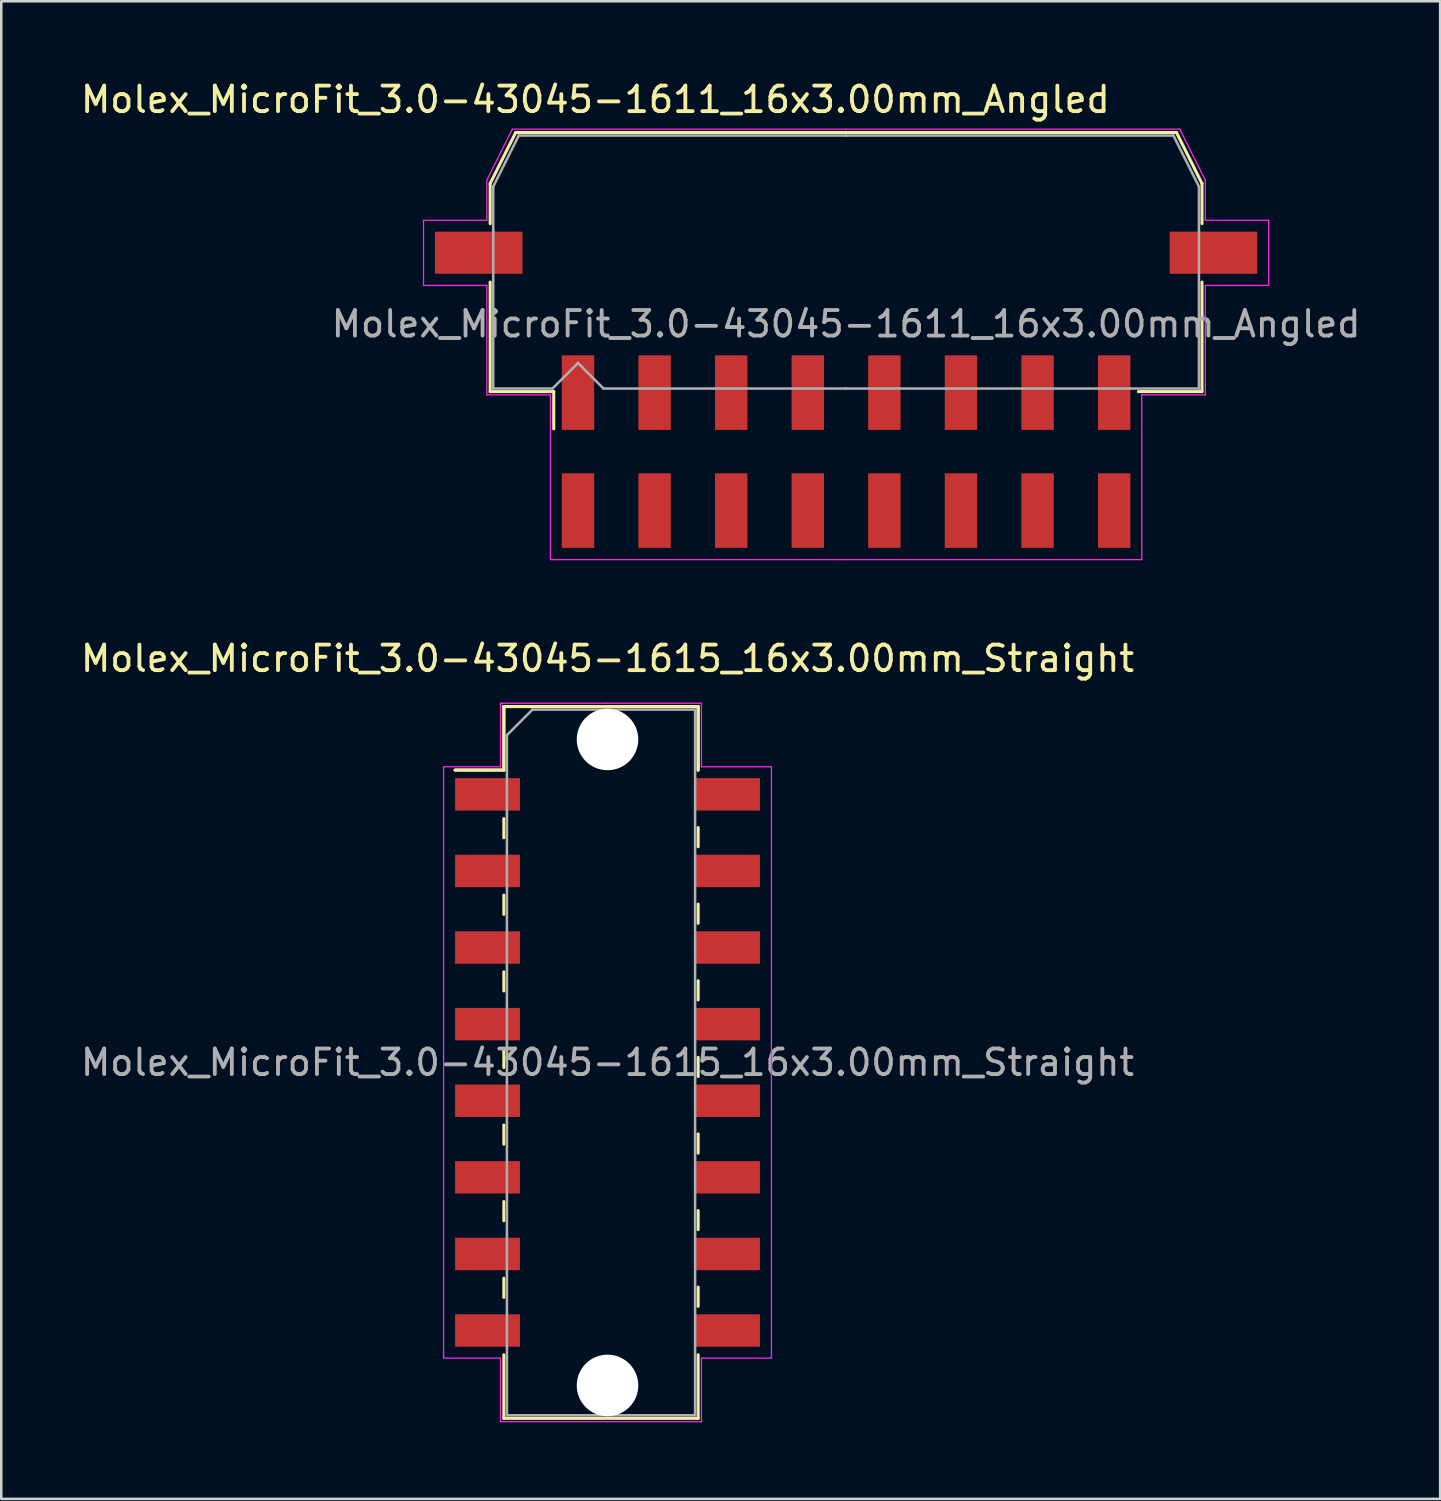
<source format=kicad_pcb>
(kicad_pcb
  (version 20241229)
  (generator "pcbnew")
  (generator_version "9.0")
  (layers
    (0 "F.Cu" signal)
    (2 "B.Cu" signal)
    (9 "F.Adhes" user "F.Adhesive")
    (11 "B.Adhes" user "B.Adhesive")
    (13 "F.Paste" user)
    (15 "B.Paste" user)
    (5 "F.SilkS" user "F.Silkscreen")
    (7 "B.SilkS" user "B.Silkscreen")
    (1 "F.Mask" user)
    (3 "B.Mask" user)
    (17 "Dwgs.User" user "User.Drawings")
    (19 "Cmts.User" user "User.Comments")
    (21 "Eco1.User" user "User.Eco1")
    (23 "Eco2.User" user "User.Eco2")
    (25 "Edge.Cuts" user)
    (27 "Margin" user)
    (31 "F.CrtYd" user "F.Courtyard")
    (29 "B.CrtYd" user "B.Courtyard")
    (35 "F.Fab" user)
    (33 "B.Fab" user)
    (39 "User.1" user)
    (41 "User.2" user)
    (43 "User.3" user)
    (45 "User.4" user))
  (footprint "Molex_MicroFit_3.0-43045-1611_16x3.00mm_Angled"
    (layer "F.Cu")
    (at 30.088 14.638)
    (property "Reference" "Molex_MicroFit_3.0-43045-1611_16x3.00mm_Angled" (at -9.82 -13.79 0) (layer "F.SilkS") (effects (font (size 1 1) (thickness 0.15))))
    (attr smd)
    (fp_line (start -13.94 -10.5) (end -13.94 -8.93) (stroke (width 0.12) (type solid)) (layer "F.SilkS"))
    (fp_line (start -13.94 -6.64) (end -13.94 -2.35) (stroke (width 0.12) (type solid)) (layer "F.SilkS"))
    (fp_line (start -13.94 -2.35) (end -11.45 -2.35) (stroke (width 0.12) (type solid)) (layer "F.SilkS"))
    (fp_line (start -12.94 -12.5) (end -13.94 -10.5) (stroke (width 0.12) (type solid)) (layer "F.SilkS"))
    (fp_line (start -11.45 -2.35) (end -11.45 -0.89) (stroke (width 0.12) (type solid)) (layer "F.SilkS"))
    (fp_line (start 0 -12.5) (end -12.94 -12.5) (stroke (width 0.12) (type solid)) (layer "F.SilkS"))
    (fp_line (start 0 -12.5) (end 12.94 -12.5) (stroke (width 0.12) (type solid)) (layer "F.SilkS"))
    (fp_line (start 12.94 -12.5) (end 13.94 -10.5) (stroke (width 0.12) (type solid)) (layer "F.SilkS"))
    (fp_line (start 13.94 -10.5) (end 13.94 -8.93) (stroke (width 0.12) (type solid)) (layer "F.SilkS"))
    (fp_line (start 13.94 -6.64) (end 13.94 -2.35) (stroke (width 0.12) (type solid)) (layer "F.SilkS"))
    (fp_line (start 13.94 -2.35) (end 11.45 -2.35) (stroke (width 0.12) (type solid)) (layer "F.SilkS"))
    (fp_line (start -16.55 -9.06) (end -16.55 -6.51) (stroke (width 0.05) (type solid)) (layer "F.CrtYd"))
    (fp_line (start -16.55 -6.51) (end -14.07 -6.51) (stroke (width 0.05) (type solid)) (layer "F.CrtYd"))
    (fp_line (start -14.07 -10.63) (end -14.07 -9.06) (stroke (width 0.05) (type solid)) (layer "F.CrtYd"))
    (fp_line (start -14.07 -9.06) (end -16.55 -9.06) (stroke (width 0.05) (type solid)) (layer "F.CrtYd"))
    (fp_line (start -14.07 -6.51) (end -14.07 -2.22) (stroke (width 0.05) (type solid)) (layer "F.CrtYd"))
    (fp_line (start -14.07 -2.22) (end -11.58 -2.22) (stroke (width 0.05) (type solid)) (layer "F.CrtYd"))
    (fp_line (start -13.07 -12.63) (end -14.07 -10.63) (stroke (width 0.05) (type solid)) (layer "F.CrtYd"))
    (fp_line (start -11.58 -2.22) (end -11.58 4.23) (stroke (width 0.05) (type solid)) (layer "F.CrtYd"))
    (fp_line (start -11.58 4.23) (end 0 4.23) (stroke (width 0.05) (type solid)) (layer "F.CrtYd"))
    (fp_line (start 0 -12.63) (end -13.07 -12.63) (stroke (width 0.05) (type solid)) (layer "F.CrtYd"))
    (fp_line (start 0 -12.63) (end 13.07 -12.63) (stroke (width 0.05) (type solid)) (layer "F.CrtYd"))
    (fp_line (start 11.58 -2.22) (end 11.58 4.23) (stroke (width 0.05) (type solid)) (layer "F.CrtYd"))
    (fp_line (start 11.58 4.23) (end 0 4.23) (stroke (width 0.05) (type solid)) (layer "F.CrtYd"))
    (fp_line (start 13.07 -12.63) (end 14.07 -10.63) (stroke (width 0.05) (type solid)) (layer "F.CrtYd"))
    (fp_line (start 14.07 -10.63) (end 14.07 -9.06) (stroke (width 0.05) (type solid)) (layer "F.CrtYd"))
    (fp_line (start 14.07 -9.06) (end 16.55 -9.06) (stroke (width 0.05) (type solid)) (layer "F.CrtYd"))
    (fp_line (start 14.07 -6.51) (end 14.07 -2.22) (stroke (width 0.05) (type solid)) (layer "F.CrtYd"))
    (fp_line (start 14.07 -2.22) (end 11.58 -2.22) (stroke (width 0.05) (type solid)) (layer "F.CrtYd"))
    (fp_line (start 16.55 -9.06) (end 16.55 -6.51) (stroke (width 0.05) (type solid)) (layer "F.CrtYd"))
    (fp_line (start 16.55 -6.51) (end 14.07 -6.51) (stroke (width 0.05) (type solid)) (layer "F.CrtYd"))
    (fp_line (start -13.82 -10.38) (end -13.82 -8.61) (stroke (width 0.1) (type solid)) (layer "F.Fab"))
    (fp_line (start -13.82 -8.61) (end -13.82 -2.47) (stroke (width 0.1) (type solid)) (layer "F.Fab"))
    (fp_line (start -13.82 -2.47) (end -11.5 -2.47) (stroke (width 0.1) (type solid)) (layer "F.Fab"))
    (fp_line (start -12.82 -12.38) (end -13.82 -10.38) (stroke (width 0.1) (type solid)) (layer "F.Fab"))
    (fp_line (start -11.5 -2.47) (end -10.5 -3.47) (stroke (width 0.1) (type solid)) (layer "F.Fab"))
    (fp_line (start -10.5 -3.47) (end -9.5 -2.47) (stroke (width 0.1) (type solid)) (layer "F.Fab"))
    (fp_line (start -9.5 -2.47) (end 0 -2.47) (stroke (width 0.1) (type solid)) (layer "F.Fab"))
    (fp_line (start 0 -12.38) (end -12.82 -12.38) (stroke (width 0.1) (type solid)) (layer "F.Fab"))
    (fp_line (start 0 -12.38) (end 12.82 -12.38) (stroke (width 0.1) (type solid)) (layer "F.Fab"))
    (fp_line (start 11.13 -2.47) (end 0 -2.47) (stroke (width 0.1) (type solid)) (layer "F.Fab"))
    (fp_line (start 12.82 -12.38) (end 13.82 -10.38) (stroke (width 0.1) (type solid)) (layer "F.Fab"))
    (fp_line (start 13.82 -10.38) (end 13.82 -8.61) (stroke (width 0.1) (type solid)) (layer "F.Fab"))
    (fp_line (start 13.82 -8.61) (end 13.82 -2.47) (stroke (width 0.1) (type solid)) (layer "F.Fab"))
    (fp_line (start 13.82 -2.47) (end 11.13 -2.47) (stroke (width 0.1) (type solid)) (layer "F.Fab"))
    (fp_text user "${REFERENCE}" (at 0 -5 0) (layer "F.Fab") (effects (font (size 1 1) (thickness 0.15))))
    (pad "" smd rect (at -14.39 -7.79) (size 3.43 1.65) (layers "F.Cu" "F.Mask" "F.Paste"))
    (pad "" smd rect (at 14.39 -7.79) (size 3.43 1.65) (layers "F.Cu" "F.Mask" "F.Paste"))
    (pad "1" smd rect (at -10.5 -2.31) (size 1.27 2.92) (layers "F.Cu" "F.Mask" "F.Paste"))
    (pad "2" smd rect (at -7.5 -2.31) (size 1.27 2.92) (layers "F.Cu" "F.Mask" "F.Paste"))
    (pad "3" smd rect (at -4.5 -2.31) (size 1.27 2.92) (layers "F.Cu" "F.Mask" "F.Paste"))
    (pad "4" smd rect (at -1.5 -2.31) (size 1.27 2.92) (layers "F.Cu" "F.Mask" "F.Paste"))
    (pad "5" smd rect (at 1.5 -2.31) (size 1.27 2.92) (layers "F.Cu" "F.Mask" "F.Paste"))
    (pad "6" smd rect (at 4.5 -2.31) (size 1.27 2.92) (layers "F.Cu" "F.Mask" "F.Paste"))
    (pad "7" smd rect (at 7.5 -2.31) (size 1.27 2.92) (layers "F.Cu" "F.Mask" "F.Paste"))
    (pad "8" smd rect (at 10.5 -2.31) (size 1.27 2.92) (layers "F.Cu" "F.Mask" "F.Paste"))
    (pad "9" smd rect (at 10.5 2.31) (size 1.27 2.92) (layers "F.Cu" "F.Mask" "F.Paste"))
    (pad "10" smd rect (at 7.5 2.31) (size 1.27 2.92) (layers "F.Cu" "F.Mask" "F.Paste"))
    (pad "11" smd rect (at 4.5 2.31) (size 1.27 2.92) (layers "F.Cu" "F.Mask" "F.Paste"))
    (pad "12" smd rect (at 1.5 2.31) (size 1.27 2.92) (layers "F.Cu" "F.Mask" "F.Paste"))
    (pad "13" smd rect (at -1.5 2.31) (size 1.27 2.92) (layers "F.Cu" "F.Mask" "F.Paste"))
    (pad "14" smd rect (at -4.5 2.31) (size 1.27 2.92) (layers "F.Cu" "F.Mask" "F.Paste"))
    (pad "15" smd rect (at -7.5 2.31) (size 1.27 2.92) (layers "F.Cu" "F.Mask" "F.Paste"))
    (pad "16" smd rect (at -10.5 2.31) (size 1.27 2.92) (layers "F.Cu" "F.Mask" "F.Paste")))
  (footprint "Molex_MicroFit_3.0-43045-1615_16x3.00mm_Straight"
    (layer "F.Cu")
    (at 20.744 38.562)
    (property "Reference" "Molex_MicroFit_3.0-43045-1615_16x3.00mm_Straight" (at 0 -15.82 0) (layer "F.SilkS") (effects (font (size 1 1) (thickness 0.15))))
    (attr smd)
    (fp_line (start -5.97 -11.45) (end -4.06 -11.45) (stroke (width 0.12) (type solid)) (layer "F.SilkS"))
    (fp_line (start -5.97 -11.45) (end -4.06 -11.45) (stroke (width 0.12) (type solid)) (layer "F.SilkS"))
    (fp_line (start -4.06 -13.94) (end 3.55 -13.94) (stroke (width 0.12) (type solid)) (layer "F.SilkS"))
    (fp_line (start -4.06 -13.94) (end 3.55 -13.94) (stroke (width 0.12) (type solid)) (layer "F.SilkS"))
    (fp_line (start -4.06 -11.45) (end -4.06 -13.94) (stroke (width 0.12) (type solid)) (layer "F.SilkS"))
    (fp_line (start -4.06 -11.45) (end -4.06 -13.94) (stroke (width 0.12) (type solid)) (layer "F.SilkS"))
    (fp_line (start -4.06 -9.55) (end -4.06 -8.8) (stroke (width 0.12) (type solid)) (layer "F.SilkS"))
    (fp_line (start -4.06 -6.55) (end -4.06 -5.8) (stroke (width 0.12) (type solid)) (layer "F.SilkS"))
    (fp_line (start -4.06 -3.55) (end -4.06 -2.8) (stroke (width 0.12) (type solid)) (layer "F.SilkS"))
    (fp_line (start -4.06 -0.55) (end -4.06 0.2) (stroke (width 0.12) (type solid)) (layer "F.SilkS"))
    (fp_line (start -4.06 2.45) (end -4.06 3.2) (stroke (width 0.12) (type solid)) (layer "F.SilkS"))
    (fp_line (start -4.06 5.45) (end -4.06 6.2) (stroke (width 0.12) (type solid)) (layer "F.SilkS"))
    (fp_line (start -4.06 8.45) (end -4.06 9.2) (stroke (width 0.12) (type solid)) (layer "F.SilkS"))
    (fp_line (start -4.06 13.94) (end -4.06 11.45) (stroke (width 0.12) (type solid)) (layer "F.SilkS"))
    (fp_line (start 3.55 -13.94) (end 3.55 -11.45) (stroke (width 0.12) (type solid)) (layer "F.SilkS"))
    (fp_line (start 3.55 -13.94) (end 3.55 -11.45) (stroke (width 0.12) (type solid)) (layer "F.SilkS"))
    (fp_line (start 3.55 -8.45) (end 3.55 -9.2) (stroke (width 0.12) (type solid)) (layer "F.SilkS"))
    (fp_line (start 3.55 -5.45) (end 3.55 -6.2) (stroke (width 0.12) (type solid)) (layer "F.SilkS"))
    (fp_line (start 3.55 -2.45) (end 3.55 -3.2) (stroke (width 0.12) (type solid)) (layer "F.SilkS"))
    (fp_line (start 3.55 0.55) (end 3.55 -0.2) (stroke (width 0.12) (type solid)) (layer "F.SilkS"))
    (fp_line (start 3.55 3.55) (end 3.55 2.8) (stroke (width 0.12) (type solid)) (layer "F.SilkS"))
    (fp_line (start 3.55 6.55) (end 3.55 5.8) (stroke (width 0.12) (type solid)) (layer "F.SilkS"))
    (fp_line (start 3.55 9.55) (end 3.55 8.8) (stroke (width 0.12) (type solid)) (layer "F.SilkS"))
    (fp_line (start 3.55 11.45) (end 3.55 13.94) (stroke (width 0.12) (type solid)) (layer "F.SilkS"))
    (fp_line (start 3.55 13.94) (end -4.06 13.94) (stroke (width 0.12) (type solid)) (layer "F.SilkS"))
    (fp_line (start -6.42 -11.58) (end -4.19 -11.58) (stroke (width 0.05) (type solid)) (layer "F.CrtYd"))
    (fp_line (start -6.42 11.58) (end -6.42 -11.58) (stroke (width 0.05) (type solid)) (layer "F.CrtYd"))
    (fp_line (start -4.19 -14.07) (end 0 -14.07) (stroke (width 0.05) (type solid)) (layer "F.CrtYd"))
    (fp_line (start -4.19 -11.58) (end -4.19 -14.07) (stroke (width 0.05) (type solid)) (layer "F.CrtYd"))
    (fp_line (start -4.19 11.58) (end -6.42 11.58) (stroke (width 0.05) (type solid)) (layer "F.CrtYd"))
    (fp_line (start -4.19 14.07) (end -4.19 11.58) (stroke (width 0.05) (type solid)) (layer "F.CrtYd"))
    (fp_line (start 0 -14.07) (end 3.68 -14.07) (stroke (width 0.05) (type solid)) (layer "F.CrtYd"))
    (fp_line (start 0 14.07) (end -4.19 14.07) (stroke (width 0.05) (type solid)) (layer "F.CrtYd"))
    (fp_line (start 3.68 -14.07) (end 3.68 -11.58) (stroke (width 0.05) (type solid)) (layer "F.CrtYd"))
    (fp_line (start 3.68 -11.58) (end 6.42 -11.58) (stroke (width 0.05) (type solid)) (layer "F.CrtYd"))
    (fp_line (start 3.68 11.58) (end 3.68 14.07) (stroke (width 0.05) (type solid)) (layer "F.CrtYd"))
    (fp_line (start 3.68 14.07) (end 0 14.07) (stroke (width 0.05) (type solid)) (layer "F.CrtYd"))
    (fp_line (start 6.42 -11.58) (end 6.42 11.58) (stroke (width 0.05) (type solid)) (layer "F.CrtYd"))
    (fp_line (start 6.42 11.58) (end 3.68 11.58) (stroke (width 0.05) (type solid)) (layer "F.CrtYd"))
    (fp_line (start -3.94 -12.82) (end -2.94 -13.82) (stroke (width 0.1) (type solid)) (layer "F.Fab"))
    (fp_line (start -3.94 13.82) (end -3.94 -12.82) (stroke (width 0.1) (type solid)) (layer "F.Fab"))
    (fp_line (start -2.94 -13.82) (end 0 -13.82) (stroke (width 0.1) (type solid)) (layer "F.Fab"))
    (fp_line (start 0 -13.82) (end 3.43 -13.82) (stroke (width 0.1) (type solid)) (layer "F.Fab"))
    (fp_line (start 0 13.82) (end -3.94 13.82) (stroke (width 0.1) (type solid)) (layer "F.Fab"))
    (fp_line (start 3.43 -13.82) (end 3.43 13.82) (stroke (width 0.1) (type solid)) (layer "F.Fab"))
    (fp_line (start 3.43 13.82) (end 0 13.82) (stroke (width 0.1) (type solid)) (layer "F.Fab"))
    (fp_text user "${REFERENCE}" (at 0 0 0) (layer "F.Fab") (effects (font (size 1 1) (thickness 0.15))))
    (pad "" np_thru_hole circle (at 0 -12.65) (size 2.41 2.41) (drill 2.41) (layers "*.Cu"))
    (pad "" np_thru_hole circle (at 0 12.65) (size 2.41 2.41) (drill 2.41) (layers "*.Cu"))
    (pad "1" smd rect (at -4.7 -10.5) (size 2.54 1.27) (layers "F.Cu" "F.Mask" "F.Paste"))
    (pad "2" smd rect (at -4.7 -7.5) (size 2.54 1.27) (layers "F.Cu" "F.Mask" "F.Paste"))
    (pad "3" smd rect (at -4.7 -4.5) (size 2.54 1.27) (layers "F.Cu" "F.Mask" "F.Paste"))
    (pad "4" smd rect (at -4.7 -1.5) (size 2.54 1.27) (layers "F.Cu" "F.Mask" "F.Paste"))
    (pad "5" smd rect (at -4.7 1.5) (size 2.54 1.27) (layers "F.Cu" "F.Mask" "F.Paste"))
    (pad "6" smd rect (at -4.7 4.5) (size 2.54 1.27) (layers "F.Cu" "F.Mask" "F.Paste"))
    (pad "7" smd rect (at -4.7 7.5) (size 2.54 1.27) (layers "F.Cu" "F.Mask" "F.Paste"))
    (pad "8" smd rect (at -4.7 10.5) (size 2.54 1.27) (layers "F.Cu" "F.Mask" "F.Paste"))
    (pad "9" smd rect (at 4.7 10.5) (size 2.54 1.27) (layers "F.Cu" "F.Mask" "F.Paste"))
    (pad "10" smd rect (at 4.7 7.5) (size 2.54 1.27) (layers "F.Cu" "F.Mask" "F.Paste"))
    (pad "11" smd rect (at 4.7 4.5) (size 2.54 1.27) (layers "F.Cu" "F.Mask" "F.Paste"))
    (pad "12" smd rect (at 4.7 1.5) (size 2.54 1.27) (layers "F.Cu" "F.Mask" "F.Paste"))
    (pad "13" smd rect (at 4.7 -1.5) (size 2.54 1.27) (layers "F.Cu" "F.Mask" "F.Paste"))
    (pad "14" smd rect (at 4.7 -4.5) (size 2.54 1.27) (layers "F.Cu" "F.Mask" "F.Paste"))
    (pad "15" smd rect (at 4.7 -7.5) (size 2.54 1.27) (layers "F.Cu" "F.Mask" "F.Paste"))
    (pad "16" smd rect (at 4.7 -10.5) (size 2.54 1.27) (layers "F.Cu" "F.Mask" "F.Paste")))
  (gr_rect
    (start -3 -3)
    (end 53.356 55.657)
    (stroke (width 0.1) (type default))
    (fill no)
    (layer "Edge.Cuts")))
</source>
